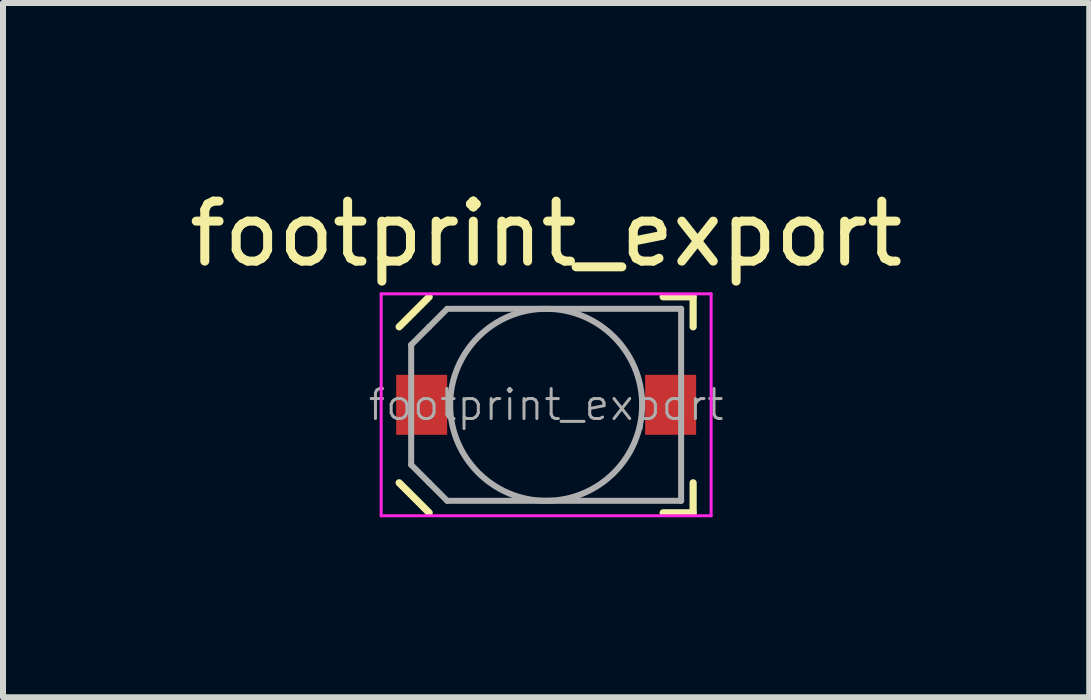
<source format=kicad_pcb>
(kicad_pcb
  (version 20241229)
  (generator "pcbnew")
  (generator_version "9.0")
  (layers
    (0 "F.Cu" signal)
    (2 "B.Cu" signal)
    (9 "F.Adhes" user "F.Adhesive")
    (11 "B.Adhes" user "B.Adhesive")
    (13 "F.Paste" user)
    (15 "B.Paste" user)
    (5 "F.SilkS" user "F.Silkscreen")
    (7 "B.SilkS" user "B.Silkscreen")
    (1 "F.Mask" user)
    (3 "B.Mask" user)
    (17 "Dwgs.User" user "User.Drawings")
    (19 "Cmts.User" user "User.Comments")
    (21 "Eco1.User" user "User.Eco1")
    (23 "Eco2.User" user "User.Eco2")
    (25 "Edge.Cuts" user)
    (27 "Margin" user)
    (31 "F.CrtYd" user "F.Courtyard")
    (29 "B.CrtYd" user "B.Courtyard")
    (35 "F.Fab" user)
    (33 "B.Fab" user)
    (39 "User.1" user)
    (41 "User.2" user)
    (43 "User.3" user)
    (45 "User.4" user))
  (footprint "footprint_export"
    (layer "F.Cu")
    (at 6.054 3.698)
    (property "Reference" "footprint_export" (at 0 -2.85 0) (layer "F.SilkS") (effects (font (size 1 1) (thickness 0.15))))
    (attr smd)
    (fp_line (start -2.45 -1.3) (end -1.95 -1.8) (stroke (width 0.12) (type solid)) (layer "F.SilkS"))
    (fp_line (start -2.45 1.3) (end -1.95 1.8) (stroke (width 0.12) (type solid)) (layer "F.SilkS"))
    (fp_line (start 2.45 -1.8) (end 1.95 -1.8) (stroke (width 0.12) (type solid)) (layer "F.SilkS"))
    (fp_line (start 2.45 -1.8) (end 2.45 -1.3) (stroke (width 0.12) (type solid)) (layer "F.SilkS"))
    (fp_line (start 2.45 1.8) (end 1.95 1.8) (stroke (width 0.12) (type solid)) (layer "F.SilkS"))
    (fp_line (start 2.45 1.8) (end 2.45 1.3) (stroke (width 0.12) (type solid)) (layer "F.SilkS"))
    (fp_line (start -2.75 -1.85) (end -2.75 1.85) (stroke (width 0.05) (type solid)) (layer "F.CrtYd"))
    (fp_line (start -2.75 1.85) (end 2.75 1.85) (stroke (width 0.05) (type solid)) (layer "F.CrtYd"))
    (fp_line (start 2.75 -1.85) (end -2.75 -1.85) (stroke (width 0.05) (type solid)) (layer "F.CrtYd"))
    (fp_line (start 2.75 1.85) (end 2.75 -1.85) (stroke (width 0.05) (type solid)) (layer "F.CrtYd"))
    (fp_line (start -2.25 -1) (end -1.95 -1.3) (stroke (width 0.1) (type solid)) (layer "F.Fab"))
    (fp_line (start -2.25 1) (end -2.25 -1) (stroke (width 0.1) (type solid)) (layer "F.Fab"))
    (fp_line (start -1.95 -1.3) (end -1.65 -1.6) (stroke (width 0.1) (type solid)) (layer "F.Fab"))
    (fp_line (start -1.95 1.3) (end -2.25 1) (stroke (width 0.1) (type solid)) (layer "F.Fab"))
    (fp_line (start -1.65 -1.6) (end 2.24 -1.6) (stroke (width 0.1) (type solid)) (layer "F.Fab"))
    (fp_line (start -1.65 1.6) (end -1.95 1.3) (stroke (width 0.1) (type solid)) (layer "F.Fab"))
    (fp_line (start 2.24 -1.6) (end 2.25 -1.6) (stroke (width 0.1) (type solid)) (layer "F.Fab"))
    (fp_line (start 2.24 1.6) (end -1.65 1.6) (stroke (width 0.1) (type solid)) (layer "F.Fab"))
    (fp_line (start 2.25 -1.6) (end 2.25 -1.59) (stroke (width 0.1) (type solid)) (layer "F.Fab"))
    (fp_line (start 2.25 -1.59) (end 2.25 1.59) (stroke (width 0.1) (type solid)) (layer "F.Fab"))
    (fp_line (start 2.25 1.59) (end 2.25 1.6) (stroke (width 0.1) (type solid)) (layer "F.Fab"))
    (fp_line (start 2.25 1.6) (end 2.24 1.6) (stroke (width 0.1) (type solid)) (layer "F.Fab"))
    (fp_circle (center 0 0) (end 1.6 0) (stroke (width 0.1) (type solid)) (fill no) (layer "F.Fab"))
    (fp_text user "${REFERENCE}" (at 0 0 0) (layer "F.Fab") (effects (font (size 0.5 0.5) (thickness 0.05))))
    (pad "1" smd rect (at -2.075 0) (size 0.85 1) (layers "F.Cu" "F.Mask" "F.Paste"))
    (pad "2" smd rect (at 2.075 0) (size 0.85 1) (layers "F.Cu" "F.Mask" "F.Paste")))
  (gr_rect
    (start -3 -3)
    (end 15.107 8.573)
    (stroke (width 0.1) (type default))
    (fill no)
    (layer "Edge.Cuts")))
</source>
